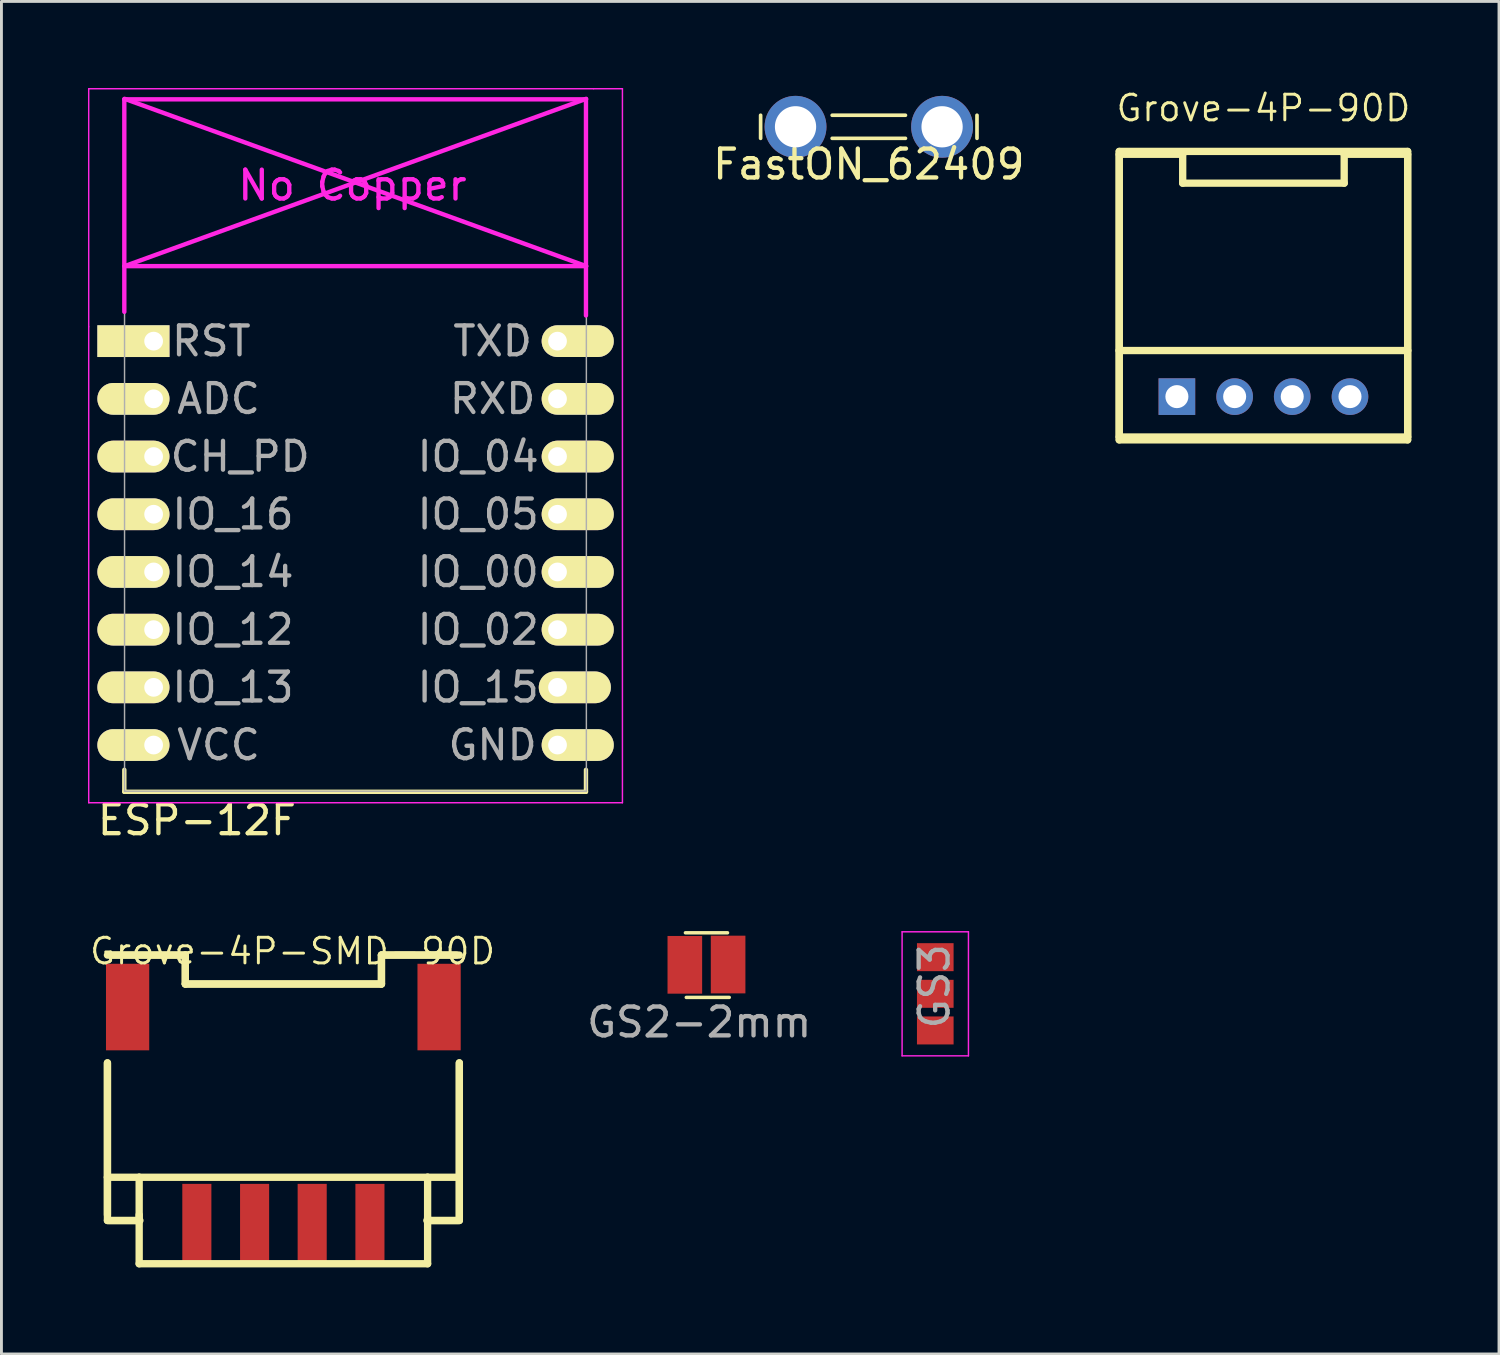
<source format=kicad_pcb>
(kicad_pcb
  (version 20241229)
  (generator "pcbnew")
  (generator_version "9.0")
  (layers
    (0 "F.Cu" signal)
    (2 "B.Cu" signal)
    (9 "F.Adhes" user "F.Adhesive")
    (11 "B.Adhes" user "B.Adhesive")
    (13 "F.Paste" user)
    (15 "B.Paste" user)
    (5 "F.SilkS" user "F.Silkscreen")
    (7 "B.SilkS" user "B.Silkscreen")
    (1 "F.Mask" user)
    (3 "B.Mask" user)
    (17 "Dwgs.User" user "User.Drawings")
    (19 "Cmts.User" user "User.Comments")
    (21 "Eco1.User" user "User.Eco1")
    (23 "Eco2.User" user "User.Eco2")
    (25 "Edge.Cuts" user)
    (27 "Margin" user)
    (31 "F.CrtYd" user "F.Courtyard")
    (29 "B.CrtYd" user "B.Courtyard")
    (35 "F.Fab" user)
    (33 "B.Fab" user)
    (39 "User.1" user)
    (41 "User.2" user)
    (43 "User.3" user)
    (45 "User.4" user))
  (footprint "Grove-4P-90D"
    (layer "F.Cu")
    (at 40.744 10.698)
    (property "Reference" "Grove-4P-90D" (at 0 -10 0) (layer "F.SilkS") (effects (font (size 0.889 0.889) (thickness 0.102))))
    (attr exclude_from_pos_files exclude_from_bom)
    (fp_line (start -4.999 -8.499) (end 4.999 -8.499) (stroke (width 0.254) (type solid)) (layer "F.SilkS"))
    (fp_line (start -4.999 -8.4) (end -4.999 -1.598) (stroke (width 0.254) (type solid)) (layer "F.SilkS"))
    (fp_line (start -4.999 -8.4) (end -2.799 -8.4) (stroke (width 0.254) (type solid)) (layer "F.SilkS"))
    (fp_line (start -4.999 -1.598) (end -4.999 1.499) (stroke (width 0.254) (type solid)) (layer "F.SilkS"))
    (fp_line (start -4.999 -1.598) (end 4.999 -1.598) (stroke (width 0.254) (type solid)) (layer "F.SilkS"))
    (fp_line (start -4.999 -0.998) (end -4.999 0.998) (stroke (width 0.127) (type solid)) (layer "F.SilkS"))
    (fp_line (start -4.999 1.4) (end -4.999 -8.499) (stroke (width 0.254) (type solid)) (layer "F.SilkS"))
    (fp_line (start -4.999 1.499) (end 4.999 1.499) (stroke (width 0.254) (type solid)) (layer "F.SilkS"))
    (fp_line (start -2.799 -8.4) (end -2.799 -7.399) (stroke (width 0.254) (type solid)) (layer "F.SilkS"))
    (fp_line (start -2.799 -7.399) (end 2.799 -7.399) (stroke (width 0.254) (type solid)) (layer "F.SilkS"))
    (fp_line (start 2.799 -8.4) (end 4.999 -8.4) (stroke (width 0.254) (type solid)) (layer "F.SilkS"))
    (fp_line (start 2.799 -7.399) (end 2.799 -8.4) (stroke (width 0.254) (type solid)) (layer "F.SilkS"))
    (fp_line (start 4.999 -8.499) (end 4.999 1.4) (stroke (width 0.254) (type solid)) (layer "F.SilkS"))
    (fp_line (start 4.999 -1.598) (end 4.999 -8.4) (stroke (width 0.254) (type solid)) (layer "F.SilkS"))
    (fp_line (start 4.999 1.4) (end -4.999 1.4) (stroke (width 0.254) (type solid)) (layer "F.SilkS"))
    (fp_line (start 4.999 1.499) (end 4.999 -1.598) (stroke (width 0.254) (type solid)) (layer "F.SilkS"))
    (pad "1" thru_hole rect (at -3 0) (size 1.27 1.27) (drill 0.798) (layers "*.Cu" "*.Paste" "*.Mask"))
    (pad "2" thru_hole circle (at -0.998 0) (size 1.27 1.27) (drill 0.798) (layers "*.Cu" "*.Paste" "*.Mask"))
    (pad "3" thru_hole circle (at 0.998 0) (size 1.27 1.27) (drill 0.798) (layers "*.Cu" "*.Paste" "*.Mask"))
    (pad "4" thru_hole circle (at 3 0) (size 1.27 1.27) (drill 0.798) (layers "*.Cu" "*.Paste" "*.Mask")))
  (footprint "GS3"
    (layer "F.Cu")
    (at 29.369 31.398)
    (property "Reference" "GS3" (at -0.03 -0.26 90) (layer "F.Fab") (effects (font (size 1 1) (thickness 0.15))))
    (attr smd)
    (fp_line (start -1.15 -2.15) (end 1.15 -2.15) (stroke (width 0.05) (type solid)) (layer "F.CrtYd"))
    (fp_line (start -1.15 2.15) (end -1.15 -2.15) (stroke (width 0.05) (type solid)) (layer "F.CrtYd"))
    (fp_line (start 1.15 -2.15) (end 1.15 2.15) (stroke (width 0.05) (type solid)) (layer "F.CrtYd"))
    (fp_line (start 1.15 2.15) (end -1.15 2.15) (stroke (width 0.05) (type solid)) (layer "F.CrtYd"))
    (pad "1" smd rect (at 0 -1.27) (size 1.27 0.97) (layers "F.Cu" "F.Mask" "F.Paste"))
    (pad "2" smd rect (at 0 0) (size 1.27 0.97) (layers "F.Cu" "F.Mask" "F.Paste"))
    (pad "3" smd rect (at 0 1.27) (size 1.27 0.97) (layers "F.Cu" "F.Mask" "F.Paste")))
  (footprint "GS2-2mm"
    (layer "F.Cu")
    (at 21.388 30.383)
    (property "Reference" "GS2-2mm" (at -0.2 2 0) (layer "F.Fab") (effects (font (size 1 1) (thickness 0.15))))
    (attr exclude_from_pos_files exclude_from_bom)
    (fp_line (start 0.78 -1.1) (end -0.68 -1.1) (stroke (width 0.12) (type solid)) (layer "F.SilkS"))
    (fp_line (start 0.84 1.14) (end -0.65 1.14) (stroke (width 0.12) (type solid)) (layer "F.SilkS"))
    (pad "1" smd rect (at -0.7 0.01) (size 1.2 2) (layers "F.Cu" "F.Mask"))
    (pad "2" smd rect (at 0.8 0) (size 1.2 2) (layers "F.Cu" "F.Mask")))
  (footprint "FastON_62409"
    (layer "F.Cu")
    (at 27.065 1.345)
    (property "Reference" "FastON_62409" (at 0 1.3 180) (layer "F.SilkS") (effects (font (size 1.002 1.002) (thickness 0.15))))
    (attr through_hole)
    (fp_line (start -3.75 -0.4) (end -3.75 0.4) (stroke (width 0.127) (type solid)) (layer "F.SilkS"))
    (fp_line (start -1.27 -0.4) (end 1.27 -0.4) (stroke (width 0.127) (type solid)) (layer "F.SilkS"))
    (fp_line (start -1.27 0.4) (end 1.27 0.4) (stroke (width 0.127) (type solid)) (layer "F.SilkS"))
    (fp_line (start 3.75 -0.4) (end 3.75 0.4) (stroke (width 0.127) (type solid)) (layer "F.SilkS"))
    (fp_line (start -4 -1.32) (end 4 -1.32) (stroke (width 0.05) (type solid)) (layer "Eco1.User"))
    (fp_line (start -4 1.32) (end -4 -1.32) (stroke (width 0.05) (type solid)) (layer "Eco1.User"))
    (fp_line (start 4 -1.32) (end 4 1.32) (stroke (width 0.05) (type solid)) (layer "Eco1.User"))
    (fp_line (start 4 1.32) (end -4 1.32) (stroke (width 0.05) (type solid)) (layer "Eco1.User"))
    (fp_line (start -3.75 -0.4) (end 3.75 -0.4) (stroke (width 0.127) (type solid)) (layer "Eco2.User"))
    (fp_line (start -3.75 0.4) (end -3.75 -0.4) (stroke (width 0.127) (type solid)) (layer "Eco2.User"))
    (fp_line (start 3.75 -0.4) (end 3.75 0.4) (stroke (width 0.127) (type solid)) (layer "Eco2.User"))
    (fp_line (start 3.75 0.4) (end -3.75 0.4) (stroke (width 0.127) (type solid)) (layer "Eco2.User"))
    (pad "1" thru_hole circle (at -2.54 0) (size 2.145 2.145) (drill 1.43) (layers "*.Cu" "*.Mask"))
    (pad "1" thru_hole circle (at 2.54 0) (size 2.145 2.145) (drill 1.43) (layers "*.Cu" "*.Mask")))
  (footprint "ESP-12F"
    (layer "F.Cu")
    (at 2.275 8.775)
    (property "Reference" "ESP-12F" (at 1.5 16.6 0) (layer "F.SilkS") (effects (font (size 1 1) (thickness 0.15))))
    (attr through_hole)
    (fp_line (start -1.016 14.859) (end -1.016 15.621) (stroke (width 0.152) (type solid)) (layer "F.SilkS"))
    (fp_line (start -1.016 15.621) (end 14.986 15.621) (stroke (width 0.152) (type solid)) (layer "F.SilkS"))
    (fp_line (start 14.986 15.621) (end 14.986 14.859) (stroke (width 0.152) (type solid)) (layer "F.SilkS"))
    (fp_line (start -2.25 -8.75) (end 15.25 -8.75) (stroke (width 0.05) (type solid)) (layer "F.CrtYd"))
    (fp_line (start -2.25 -0.5) (end -2.25 -8.75) (stroke (width 0.05) (type solid)) (layer "F.CrtYd"))
    (fp_line (start -2.25 16) (end -2.25 -0.5) (stroke (width 0.05) (type solid)) (layer "F.CrtYd"))
    (fp_line (start -1.016 -8.382) (end -1.016 -1.016) (stroke (width 0.152) (type solid)) (layer "F.CrtYd"))
    (fp_line (start -1.016 -8.382) (end 14.986 -8.382) (stroke (width 0.152) (type solid)) (layer "F.CrtYd"))
    (fp_line (start -1.008 -8.4) (end 14.992 -2.6) (stroke (width 0.152) (type solid)) (layer "F.CrtYd"))
    (fp_line (start -1.008 -2.6) (end 14.992 -2.6) (stroke (width 0.152) (type solid)) (layer "F.CrtYd"))
    (fp_line (start 14.986 -8.382) (end 14.986 -0.889) (stroke (width 0.152) (type solid)) (layer "F.CrtYd"))
    (fp_line (start 14.992 -8.4) (end -1.008 -2.6) (stroke (width 0.152) (type solid)) (layer "F.CrtYd"))
    (fp_line (start 15.25 -8.75) (end 16.25 -8.75) (stroke (width 0.05) (type solid)) (layer "F.CrtYd"))
    (fp_line (start 16.25 -8.75) (end 16.25 16) (stroke (width 0.05) (type solid)) (layer "F.CrtYd"))
    (fp_line (start 16.25 16) (end -2.25 16) (stroke (width 0.05) (type solid)) (layer "F.CrtYd"))
    (fp_line (start -1.008 -8.4) (end 14.992 -8.4) (stroke (width 0.05) (type solid)) (layer "F.Fab"))
    (fp_line (start -1.008 15.6) (end -1.008 -8.4) (stroke (width 0.05) (type solid)) (layer "F.Fab"))
    (fp_line (start 14.992 15.6) (end -1.008 15.6) (stroke (width 0.05) (type solid)) (layer "F.Fab"))
    (fp_line (start 15 -8.4) (end 15 15.6) (stroke (width 0.05) (type solid)) (layer "F.Fab"))
    (fp_text user "No Copper" (at 6.892 -5.4 0) (layer "F.CrtYd") (effects (font (size 1 1) (thickness 0.15))))
    (fp_text user "IO_12" (at 2.75 10 0) (layer "F.Fab") (effects (font (size 1 1) (thickness 0.15))))
    (fp_text user "IO_00" (at 11.25 8 0) (layer "F.Fab") (effects (font (size 1 1) (thickness 0.15))))
    (fp_text user "VCC" (at 2.25 14 0) (layer "F.Fab") (effects (font (size 1 1) (thickness 0.15))))
    (fp_text user "IO_05" (at 11.25 6 0) (layer "F.Fab") (effects (font (size 1 1) (thickness 0.15))))
    (fp_text user "RST" (at 2 0 0) (layer "F.Fab") (effects (font (size 1 1) (thickness 0.15))))
    (fp_text user "TXD" (at 11.75 0 0) (layer "F.Fab") (effects (font (size 1 1) (thickness 0.15))))
    (fp_text user "CH_PD" (at 3 4 0) (layer "F.Fab") (effects (font (size 1 1) (thickness 0.15))))
    (fp_text user "IO_16" (at 2.75 6 0) (layer "F.Fab") (effects (font (size 1 1) (thickness 0.15))))
    (fp_text user "IO_02" (at 11.25 10 0) (layer "F.Fab") (effects (font (size 1 1) (thickness 0.15))))
    (fp_text user "IO_14" (at 2.75 8 0) (layer "F.Fab") (effects (font (size 1 1) (thickness 0.15))))
    (fp_text user "GND" (at 11.75 14 0) (layer "F.Fab") (effects (font (size 1 1) (thickness 0.15))))
    (fp_text user "IO_04" (at 11.25 4 0) (layer "F.Fab") (effects (font (size 1 1) (thickness 0.15))))
    (fp_text user "ADC" (at 2.25 2 0) (layer "F.Fab") (effects (font (size 1 1) (thickness 0.15))))
    (fp_text user "RXD" (at 11.75 2 0) (layer "F.Fab") (effects (font (size 1 1) (thickness 0.15))))
    (fp_text user "IO_13" (at 2.75 12 0) (layer "F.Fab") (effects (font (size 1 1) (thickness 0.15))))
    (fp_text user "IO_15" (at 11.25 12 0) (layer "F.Fab") (effects (font (size 1 1) (thickness 0.15))))
    (pad "1" thru_hole rect (at 0 0) (size 2.5 1.1) (drill 0.65 (offset -0.7 0)) (layers "*.Cu" "*.Mask" "F.SilkS"))
    (pad "2" thru_hole oval (at 0 2) (size 2.5 1.1) (drill 0.65 (offset -0.7 0)) (layers "*.Cu" "*.Mask" "F.SilkS"))
    (pad "3" thru_hole oval (at 0 4) (size 2.5 1.1) (drill 0.65 (offset -0.7 0)) (layers "*.Cu" "*.Mask" "F.SilkS"))
    (pad "4" thru_hole oval (at 0 6) (size 2.5 1.1) (drill 0.65 (offset -0.7 0)) (layers "*.Cu" "*.Mask" "F.SilkS"))
    (pad "5" thru_hole oval (at 0 8) (size 2.5 1.1) (drill 0.65 (offset -0.7 0)) (layers "*.Cu" "*.Mask" "F.SilkS"))
    (pad "6" thru_hole oval (at 0 10) (size 2.5 1.1) (drill 0.65 (offset -0.7 0)) (layers "*.Cu" "*.Mask" "F.SilkS"))
    (pad "7" thru_hole oval (at 0 12) (size 2.5 1.1) (drill 0.65 (offset -0.7 0)) (layers "*.Cu" "*.Mask" "F.SilkS"))
    (pad "8" thru_hole oval (at 0 14) (size 2.5 1.1) (drill 0.65 (offset -0.7 0)) (layers "*.Cu" "*.Mask" "F.SilkS"))
    (pad "9" thru_hole oval (at 14 14) (size 2.5 1.1) (drill 0.65 (offset 0.7 0)) (layers "*.Cu" "*.Mask" "F.SilkS"))
    (pad "10" thru_hole oval (at 14 12) (size 2.5 1.1) (drill 0.65 (offset 0.6 0)) (layers "*.Cu" "*.Mask" "F.SilkS"))
    (pad "11" thru_hole oval (at 14 10) (size 2.5 1.1) (drill 0.65 (offset 0.7 0)) (layers "*.Cu" "*.Mask" "F.SilkS"))
    (pad "12" thru_hole oval (at 14 8) (size 2.5 1.1) (drill 0.65 (offset 0.7 0)) (layers "*.Cu" "*.Mask" "F.SilkS"))
    (pad "13" thru_hole oval (at 14 6) (size 2.5 1.1) (drill 0.65 (offset 0.7 0)) (layers "*.Cu" "*.Mask" "F.SilkS"))
    (pad "14" thru_hole oval (at 14 4) (size 2.5 1.1) (drill 0.65 (offset 0.7 0)) (layers "*.Cu" "*.Mask" "F.SilkS"))
    (pad "15" thru_hole oval (at 14 2) (size 2.5 1.1) (drill 0.65 (offset 0.7 0)) (layers "*.Cu" "*.Mask" "F.SilkS"))
    (pad "16" thru_hole oval (at 14 0) (size 2.5 1.1) (drill 0.65 (offset 0.7 0)) (layers "*.Cu" "*.Mask" "F.SilkS")))
  (footprint "Grove-4P-SMD-90D"
    (layer "F.Cu")
    (at 6.773 39.256)
    (property "Reference" "Grove-4P-SMD-90D" (at 0.318 -9.335 0) (layer "F.SilkS") (effects (font (size 0.889 0.889) (thickness 0.102))))
    (attr smd)
    (fp_line (start -6.099 -9.2) (end -3.399 -9.2) (stroke (width 0.254) (type solid)) (layer "F.SilkS"))
    (fp_line (start -6.099 -5.464) (end -6.099 -0.198) (stroke (width 0.254) (type solid)) (layer "F.SilkS"))
    (fp_line (start -6.099 -1.499) (end -6.099 -5.464) (stroke (width 0.254) (type solid)) (layer "F.SilkS"))
    (fp_line (start -6.099 -1.499) (end -6.099 0) (stroke (width 0.254) (type solid)) (layer "F.SilkS"))
    (fp_line (start -6.099 -1.499) (end -4.999 -1.499) (stroke (width 0.254) (type solid)) (layer "F.SilkS"))
    (fp_line (start -6.099 0) (end -4.999 0) (stroke (width 0.254) (type solid)) (layer "F.SilkS"))
    (fp_line (start -6.053 0) (end -4.973 0) (stroke (width 0.254) (type solid)) (layer "F.SilkS"))
    (fp_line (start -5.999 -9.2) (end -3.399 -9.2) (stroke (width 0.254) (type solid)) (layer "F.SilkS"))
    (fp_line (start -4.999 -1.499) (end 4.999 -1.499) (stroke (width 0.254) (type solid)) (layer "F.SilkS"))
    (fp_line (start -4.999 0) (end -4.999 -1.499) (stroke (width 0.254) (type solid)) (layer "F.SilkS"))
    (fp_line (start -4.999 1.499) (end -4.999 -0.198) (stroke (width 0.254) (type solid)) (layer "F.SilkS"))
    (fp_line (start -3.399 -9.2) (end -3.399 -8.199) (stroke (width 0.254) (type solid)) (layer "F.SilkS"))
    (fp_line (start -3.399 -9.2) (end -3.399 -8.199) (stroke (width 0.254) (type solid)) (layer "F.SilkS"))
    (fp_line (start -3.399 -8.199) (end 3.399 -8.199) (stroke (width 0.254) (type solid)) (layer "F.SilkS"))
    (fp_line (start -3.399 -8.199) (end 3.399 -8.199) (stroke (width 0.254) (type solid)) (layer "F.SilkS"))
    (fp_line (start 3.399 -9.2) (end 5.999 -9.2) (stroke (width 0.254) (type solid)) (layer "F.SilkS"))
    (fp_line (start 3.399 -9.2) (end 6.099 -9.2) (stroke (width 0.254) (type solid)) (layer "F.SilkS"))
    (fp_line (start 3.399 -8.199) (end 3.399 -9.2) (stroke (width 0.254) (type solid)) (layer "F.SilkS"))
    (fp_line (start 3.399 -8.199) (end 3.399 -9.2) (stroke (width 0.254) (type solid)) (layer "F.SilkS"))
    (fp_line (start 4.973 0) (end 6.053 0) (stroke (width 0.254) (type solid)) (layer "F.SilkS"))
    (fp_line (start 4.999 -1.499) (end 4.999 0) (stroke (width 0.254) (type solid)) (layer "F.SilkS"))
    (fp_line (start 4.999 -1.499) (end 6.099 -1.499) (stroke (width 0.254) (type solid)) (layer "F.SilkS"))
    (fp_line (start 4.999 -0.099) (end 4.999 1.499) (stroke (width 0.254) (type solid)) (layer "F.SilkS"))
    (fp_line (start 4.999 0) (end 6.099 0) (stroke (width 0.254) (type solid)) (layer "F.SilkS"))
    (fp_line (start 4.999 1.499) (end -4.999 1.499) (stroke (width 0.254) (type solid)) (layer "F.SilkS"))
    (fp_line (start 6.099 -5.464) (end 6.099 -0.099) (stroke (width 0.254) (type solid)) (layer "F.SilkS"))
    (fp_line (start 6.099 -1.499) (end 6.099 -5.464) (stroke (width 0.254) (type solid)) (layer "F.SilkS"))
    (fp_line (start 6.099 0) (end 6.099 -1.499) (stroke (width 0.254) (type solid)) (layer "F.SilkS"))
    (pad "1" smd rect (at -3 0.099 90) (size 2.738 1.008) (layers "F.Cu" "F.Mask" "F.Paste"))
    (pad "2" smd rect (at -0.998 0.099 90) (size 2.738 1.008) (layers "F.Cu" "F.Mask" "F.Paste"))
    (pad "3" smd rect (at 0.998 0.099 90) (size 2.738 1.008) (layers "F.Cu" "F.Mask" "F.Paste"))
    (pad "4" smd rect (at 3 0.099 90) (size 2.738 1.008) (layers "F.Cu" "F.Mask" "F.Paste"))
    (pad "SS1" smd rect (at -5.4 -7.399 90) (size 3 1.499) (layers "F.Cu" "F.Mask" "F.Paste"))
    (pad "SS2" smd rect (at 5.397 -7.399 90) (size 3 1.499) (layers "F.Cu" "F.Mask" "F.Paste")))
  (gr_rect
    (start -3 -3)
    (end 48.909 43.882)
    (stroke (width 0.1) (type default))
    (fill no)
    (layer "Edge.Cuts")))
</source>
